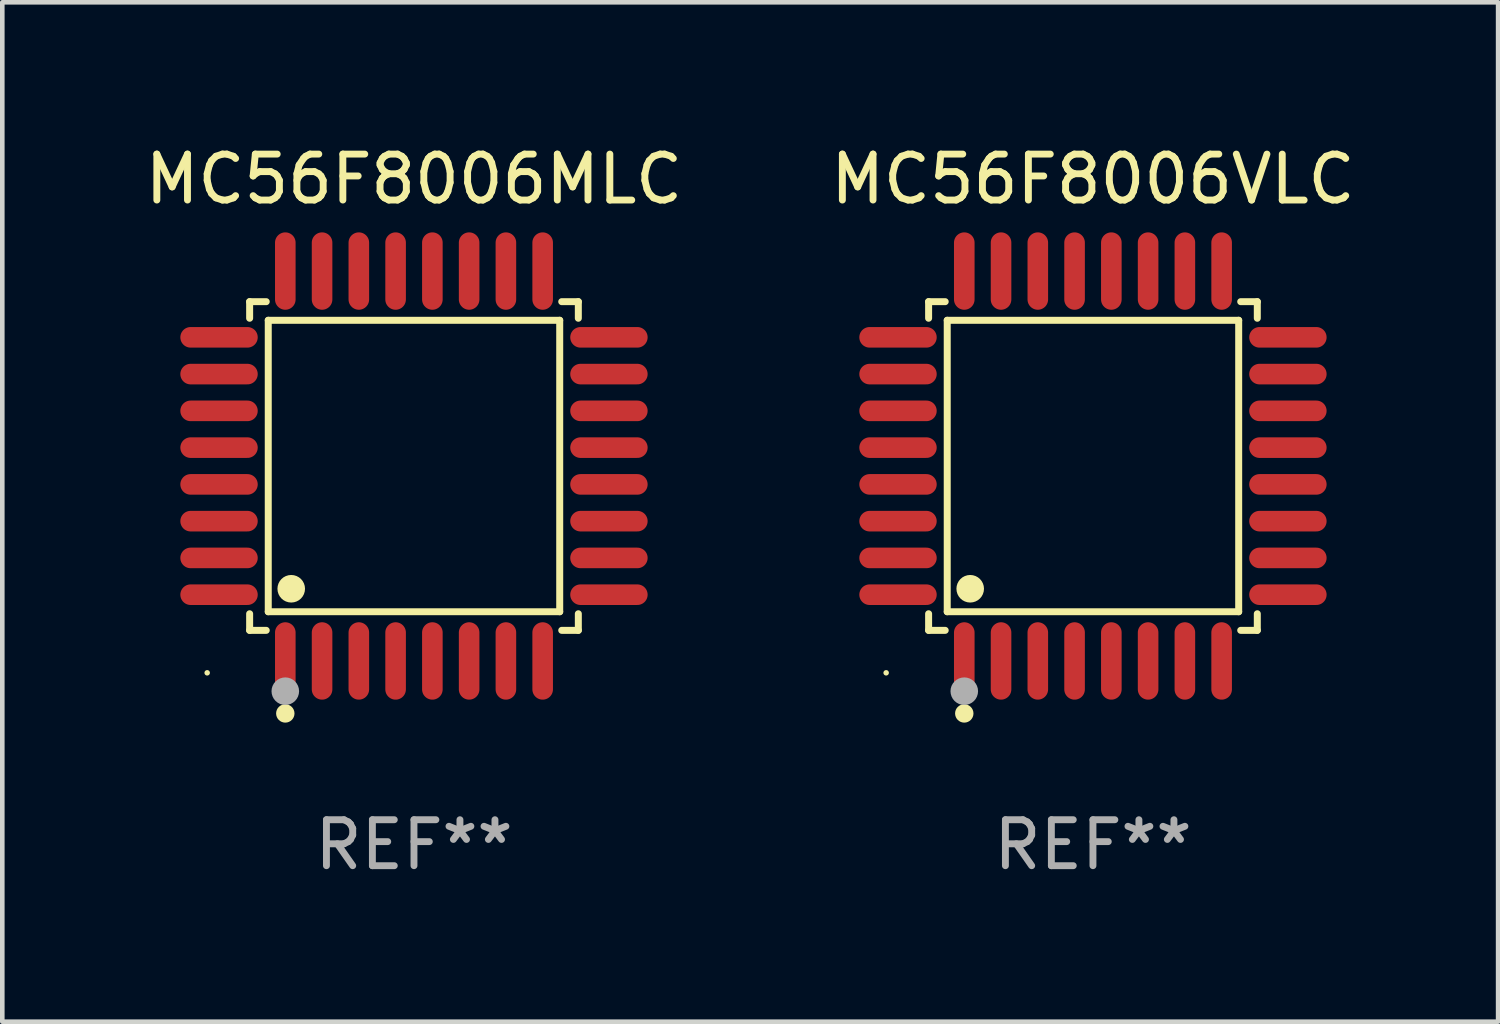
<source format=kicad_pcb>
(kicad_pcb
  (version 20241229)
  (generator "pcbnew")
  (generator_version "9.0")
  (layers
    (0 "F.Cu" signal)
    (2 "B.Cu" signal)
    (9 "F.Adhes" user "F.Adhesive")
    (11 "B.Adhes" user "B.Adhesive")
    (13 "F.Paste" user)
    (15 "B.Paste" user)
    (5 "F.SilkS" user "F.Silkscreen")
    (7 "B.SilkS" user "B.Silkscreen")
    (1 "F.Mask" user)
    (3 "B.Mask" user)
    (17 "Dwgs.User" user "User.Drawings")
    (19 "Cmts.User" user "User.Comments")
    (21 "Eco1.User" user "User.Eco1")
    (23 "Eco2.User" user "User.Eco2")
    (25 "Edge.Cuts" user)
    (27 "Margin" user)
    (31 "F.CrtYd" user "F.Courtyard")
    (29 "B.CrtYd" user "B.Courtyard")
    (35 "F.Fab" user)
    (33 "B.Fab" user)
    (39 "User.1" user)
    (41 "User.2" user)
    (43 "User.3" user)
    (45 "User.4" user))
  (footprint "MC56F8006MLC"
    (layer "F.Cu")
    (at 5.958 7.09)
    (property "Reference" "MC56F8006MLC" (at 0 -6.242 0) (layer "F.SilkS") (effects (font (size 1 1) (thickness 0.15))))
    (attr through_hole)
    (fp_line (start -3.576 -3.576) (end -3.215 -3.576) (stroke (width 0.152) (type solid)) (layer "F.SilkS"))
    (fp_line (start -3.576 -3.215) (end -3.576 -3.576) (stroke (width 0.152) (type solid)) (layer "F.SilkS"))
    (fp_line (start -3.576 3.215) (end -3.576 3.576) (stroke (width 0.152) (type solid)) (layer "F.SilkS"))
    (fp_line (start -3.576 3.576) (end -3.215 3.576) (stroke (width 0.152) (type solid)) (layer "F.SilkS"))
    (fp_line (start -3.171 -3.171) (end 3.171 -3.171) (stroke (width 0.152) (type solid)) (layer "F.SilkS"))
    (fp_line (start -3.171 3.171) (end -3.171 -3.171) (stroke (width 0.152) (type solid)) (layer "F.SilkS"))
    (fp_line (start 3.171 -3.171) (end 3.171 3.171) (stroke (width 0.152) (type solid)) (layer "F.SilkS"))
    (fp_line (start 3.171 3.171) (end -3.171 3.171) (stroke (width 0.152) (type solid)) (layer "F.SilkS"))
    (fp_line (start 3.576 -3.576) (end 3.215 -3.576) (stroke (width 0.152) (type solid)) (layer "F.SilkS"))
    (fp_line (start 3.576 -3.215) (end 3.576 -3.576) (stroke (width 0.152) (type solid)) (layer "F.SilkS"))
    (fp_line (start 3.576 3.215) (end 3.576 3.576) (stroke (width 0.152) (type solid)) (layer "F.SilkS"))
    (fp_line (start 3.576 3.576) (end 3.215 3.576) (stroke (width 0.152) (type solid)) (layer "F.SilkS"))
    (fp_circle (center -4.5 4.5) (end -4.47 4.5) (stroke (width 0.06) (type solid)) (fill no) (layer "F.SilkS"))
    (fp_circle (center -2.8 5.384) (end -2.7 5.384) (stroke (width 0.2) (type solid)) (fill no) (layer "F.SilkS"))
    (fp_circle (center -2.671 2.671) (end -2.521 2.671) (stroke (width 0.3) (type solid)) (fill no) (layer "F.SilkS"))
    (fp_circle (center -2.8 4.9) (end -2.65 4.9) (stroke (width 0.3) (type solid)) (fill no) (layer "F.Fab"))
    (fp_text user "REF**" (at 0 8.242 0) (layer "F.Fab") (effects (font (size 1 1) (thickness 0.15))))
    (pad "1" smd oval (at -2.8 4.242) (size 0.448 1.684) (layers "F.Cu" "F.Mask" "F.Paste"))
    (pad "2" smd oval (at -2 4.242) (size 0.448 1.684) (layers "F.Cu" "F.Mask" "F.Paste"))
    (pad "3" smd oval (at -1.2 4.242) (size 0.448 1.684) (layers "F.Cu" "F.Mask" "F.Paste"))
    (pad "4" smd oval (at -0.4 4.242) (size 0.448 1.684) (layers "F.Cu" "F.Mask" "F.Paste"))
    (pad "5" smd oval (at 0.4 4.242) (size 0.448 1.684) (layers "F.Cu" "F.Mask" "F.Paste"))
    (pad "6" smd oval (at 1.2 4.242) (size 0.448 1.684) (layers "F.Cu" "F.Mask" "F.Paste"))
    (pad "7" smd oval (at 2 4.242) (size 0.448 1.684) (layers "F.Cu" "F.Mask" "F.Paste"))
    (pad "8" smd oval (at 2.8 4.242) (size 0.448 1.684) (layers "F.Cu" "F.Mask" "F.Paste"))
    (pad "9" smd oval (at 4.242 2.8) (size 1.684 0.448) (layers "F.Cu" "F.Mask" "F.Paste"))
    (pad "10" smd oval (at 4.242 2) (size 1.684 0.448) (layers "F.Cu" "F.Mask" "F.Paste"))
    (pad "11" smd oval (at 4.242 1.2) (size 1.684 0.448) (layers "F.Cu" "F.Mask" "F.Paste"))
    (pad "12" smd oval (at 4.242 0.4) (size 1.684 0.448) (layers "F.Cu" "F.Mask" "F.Paste"))
    (pad "13" smd oval (at 4.242 -0.4) (size 1.684 0.448) (layers "F.Cu" "F.Mask" "F.Paste"))
    (pad "14" smd oval (at 4.242 -1.2) (size 1.684 0.448) (layers "F.Cu" "F.Mask" "F.Paste"))
    (pad "15" smd oval (at 4.242 -2) (size 1.684 0.448) (layers "F.Cu" "F.Mask" "F.Paste"))
    (pad "16" smd oval (at 4.242 -2.8) (size 1.684 0.448) (layers "F.Cu" "F.Mask" "F.Paste"))
    (pad "17" smd oval (at 2.8 -4.242) (size 0.448 1.684) (layers "F.Cu" "F.Mask" "F.Paste"))
    (pad "18" smd oval (at 2 -4.242) (size 0.448 1.684) (layers "F.Cu" "F.Mask" "F.Paste"))
    (pad "19" smd oval (at 1.2 -4.242) (size 0.448 1.684) (layers "F.Cu" "F.Mask" "F.Paste"))
    (pad "20" smd oval (at 0.4 -4.242) (size 0.448 1.684) (layers "F.Cu" "F.Mask" "F.Paste"))
    (pad "21" smd oval (at -0.4 -4.242) (size 0.448 1.684) (layers "F.Cu" "F.Mask" "F.Paste"))
    (pad "22" smd oval (at -1.2 -4.242) (size 0.448 1.684) (layers "F.Cu" "F.Mask" "F.Paste"))
    (pad "23" smd oval (at -2 -4.242) (size 0.448 1.684) (layers "F.Cu" "F.Mask" "F.Paste"))
    (pad "24" smd oval (at -2.8 -4.242) (size 0.448 1.684) (layers "F.Cu" "F.Mask" "F.Paste"))
    (pad "25" smd oval (at -4.242 -2.8) (size 1.684 0.448) (layers "F.Cu" "F.Mask" "F.Paste"))
    (pad "26" smd oval (at -4.242 -2) (size 1.684 0.448) (layers "F.Cu" "F.Mask" "F.Paste"))
    (pad "27" smd oval (at -4.242 -1.2) (size 1.684 0.448) (layers "F.Cu" "F.Mask" "F.Paste"))
    (pad "28" smd oval (at -4.242 -0.4) (size 1.684 0.448) (layers "F.Cu" "F.Mask" "F.Paste"))
    (pad "29" smd oval (at -4.242 0.4) (size 1.684 0.448) (layers "F.Cu" "F.Mask" "F.Paste"))
    (pad "30" smd oval (at -4.242 1.2) (size 1.684 0.448) (layers "F.Cu" "F.Mask" "F.Paste"))
    (pad "31" smd oval (at -4.242 2) (size 1.684 0.448) (layers "F.Cu" "F.Mask" "F.Paste"))
    (pad "32" smd oval (at -4.242 2.8) (size 1.684 0.448) (layers "F.Cu" "F.Mask" "F.Paste")))
  (footprint "MC56F8006VLC"
    (layer "F.Cu")
    (at 20.732 7.09)
    (property "Reference" "MC56F8006VLC" (at 0 -6.242 0) (layer "F.SilkS") (effects (font (size 1 1) (thickness 0.15))))
    (attr through_hole)
    (fp_line (start -3.576 -3.576) (end -3.215 -3.576) (stroke (width 0.152) (type solid)) (layer "F.SilkS"))
    (fp_line (start -3.576 -3.215) (end -3.576 -3.576) (stroke (width 0.152) (type solid)) (layer "F.SilkS"))
    (fp_line (start -3.576 3.215) (end -3.576 3.576) (stroke (width 0.152) (type solid)) (layer "F.SilkS"))
    (fp_line (start -3.576 3.576) (end -3.215 3.576) (stroke (width 0.152) (type solid)) (layer "F.SilkS"))
    (fp_line (start -3.171 -3.171) (end 3.171 -3.171) (stroke (width 0.152) (type solid)) (layer "F.SilkS"))
    (fp_line (start -3.171 3.171) (end -3.171 -3.171) (stroke (width 0.152) (type solid)) (layer "F.SilkS"))
    (fp_line (start 3.171 -3.171) (end 3.171 3.171) (stroke (width 0.152) (type solid)) (layer "F.SilkS"))
    (fp_line (start 3.171 3.171) (end -3.171 3.171) (stroke (width 0.152) (type solid)) (layer "F.SilkS"))
    (fp_line (start 3.576 -3.576) (end 3.215 -3.576) (stroke (width 0.152) (type solid)) (layer "F.SilkS"))
    (fp_line (start 3.576 -3.215) (end 3.576 -3.576) (stroke (width 0.152) (type solid)) (layer "F.SilkS"))
    (fp_line (start 3.576 3.215) (end 3.576 3.576) (stroke (width 0.152) (type solid)) (layer "F.SilkS"))
    (fp_line (start 3.576 3.576) (end 3.215 3.576) (stroke (width 0.152) (type solid)) (layer "F.SilkS"))
    (fp_circle (center -4.5 4.5) (end -4.47 4.5) (stroke (width 0.06) (type solid)) (fill no) (layer "F.SilkS"))
    (fp_circle (center -2.8 5.384) (end -2.7 5.384) (stroke (width 0.2) (type solid)) (fill no) (layer "F.SilkS"))
    (fp_circle (center -2.671 2.671) (end -2.521 2.671) (stroke (width 0.3) (type solid)) (fill no) (layer "F.SilkS"))
    (fp_circle (center -2.8 4.9) (end -2.65 4.9) (stroke (width 0.3) (type solid)) (fill no) (layer "F.Fab"))
    (fp_text user "REF**" (at 0 8.242 0) (layer "F.Fab") (effects (font (size 1 1) (thickness 0.15))))
    (pad "1" smd oval (at -2.8 4.242) (size 0.448 1.684) (layers "F.Cu" "F.Mask" "F.Paste"))
    (pad "2" smd oval (at -2 4.242) (size 0.448 1.684) (layers "F.Cu" "F.Mask" "F.Paste"))
    (pad "3" smd oval (at -1.2 4.242) (size 0.448 1.684) (layers "F.Cu" "F.Mask" "F.Paste"))
    (pad "4" smd oval (at -0.4 4.242) (size 0.448 1.684) (layers "F.Cu" "F.Mask" "F.Paste"))
    (pad "5" smd oval (at 0.4 4.242) (size 0.448 1.684) (layers "F.Cu" "F.Mask" "F.Paste"))
    (pad "6" smd oval (at 1.2 4.242) (size 0.448 1.684) (layers "F.Cu" "F.Mask" "F.Paste"))
    (pad "7" smd oval (at 2 4.242) (size 0.448 1.684) (layers "F.Cu" "F.Mask" "F.Paste"))
    (pad "8" smd oval (at 2.8 4.242) (size 0.448 1.684) (layers "F.Cu" "F.Mask" "F.Paste"))
    (pad "9" smd oval (at 4.242 2.8) (size 1.684 0.448) (layers "F.Cu" "F.Mask" "F.Paste"))
    (pad "10" smd oval (at 4.242 2) (size 1.684 0.448) (layers "F.Cu" "F.Mask" "F.Paste"))
    (pad "11" smd oval (at 4.242 1.2) (size 1.684 0.448) (layers "F.Cu" "F.Mask" "F.Paste"))
    (pad "12" smd oval (at 4.242 0.4) (size 1.684 0.448) (layers "F.Cu" "F.Mask" "F.Paste"))
    (pad "13" smd oval (at 4.242 -0.4) (size 1.684 0.448) (layers "F.Cu" "F.Mask" "F.Paste"))
    (pad "14" smd oval (at 4.242 -1.2) (size 1.684 0.448) (layers "F.Cu" "F.Mask" "F.Paste"))
    (pad "15" smd oval (at 4.242 -2) (size 1.684 0.448) (layers "F.Cu" "F.Mask" "F.Paste"))
    (pad "16" smd oval (at 4.242 -2.8) (size 1.684 0.448) (layers "F.Cu" "F.Mask" "F.Paste"))
    (pad "17" smd oval (at 2.8 -4.242) (size 0.448 1.684) (layers "F.Cu" "F.Mask" "F.Paste"))
    (pad "18" smd oval (at 2 -4.242) (size 0.448 1.684) (layers "F.Cu" "F.Mask" "F.Paste"))
    (pad "19" smd oval (at 1.2 -4.242) (size 0.448 1.684) (layers "F.Cu" "F.Mask" "F.Paste"))
    (pad "20" smd oval (at 0.4 -4.242) (size 0.448 1.684) (layers "F.Cu" "F.Mask" "F.Paste"))
    (pad "21" smd oval (at -0.4 -4.242) (size 0.448 1.684) (layers "F.Cu" "F.Mask" "F.Paste"))
    (pad "22" smd oval (at -1.2 -4.242) (size 0.448 1.684) (layers "F.Cu" "F.Mask" "F.Paste"))
    (pad "23" smd oval (at -2 -4.242) (size 0.448 1.684) (layers "F.Cu" "F.Mask" "F.Paste"))
    (pad "24" smd oval (at -2.8 -4.242) (size 0.448 1.684) (layers "F.Cu" "F.Mask" "F.Paste"))
    (pad "25" smd oval (at -4.242 -2.8) (size 1.684 0.448) (layers "F.Cu" "F.Mask" "F.Paste"))
    (pad "26" smd oval (at -4.242 -2) (size 1.684 0.448) (layers "F.Cu" "F.Mask" "F.Paste"))
    (pad "27" smd oval (at -4.242 -1.2) (size 1.684 0.448) (layers "F.Cu" "F.Mask" "F.Paste"))
    (pad "28" smd oval (at -4.242 -0.4) (size 1.684 0.448) (layers "F.Cu" "F.Mask" "F.Paste"))
    (pad "29" smd oval (at -4.242 0.4) (size 1.684 0.448) (layers "F.Cu" "F.Mask" "F.Paste"))
    (pad "30" smd oval (at -4.242 1.2) (size 1.684 0.448) (layers "F.Cu" "F.Mask" "F.Paste"))
    (pad "31" smd oval (at -4.242 2) (size 1.684 0.448) (layers "F.Cu" "F.Mask" "F.Paste"))
    (pad "32" smd oval (at -4.242 2.8) (size 1.684 0.448) (layers "F.Cu" "F.Mask" "F.Paste")))
  (gr_rect
    (start -3 -3)
    (end 29.548 19.181)
    (stroke (width 0.1) (type default))
    (fill no)
    (layer "Edge.Cuts")))
</source>
